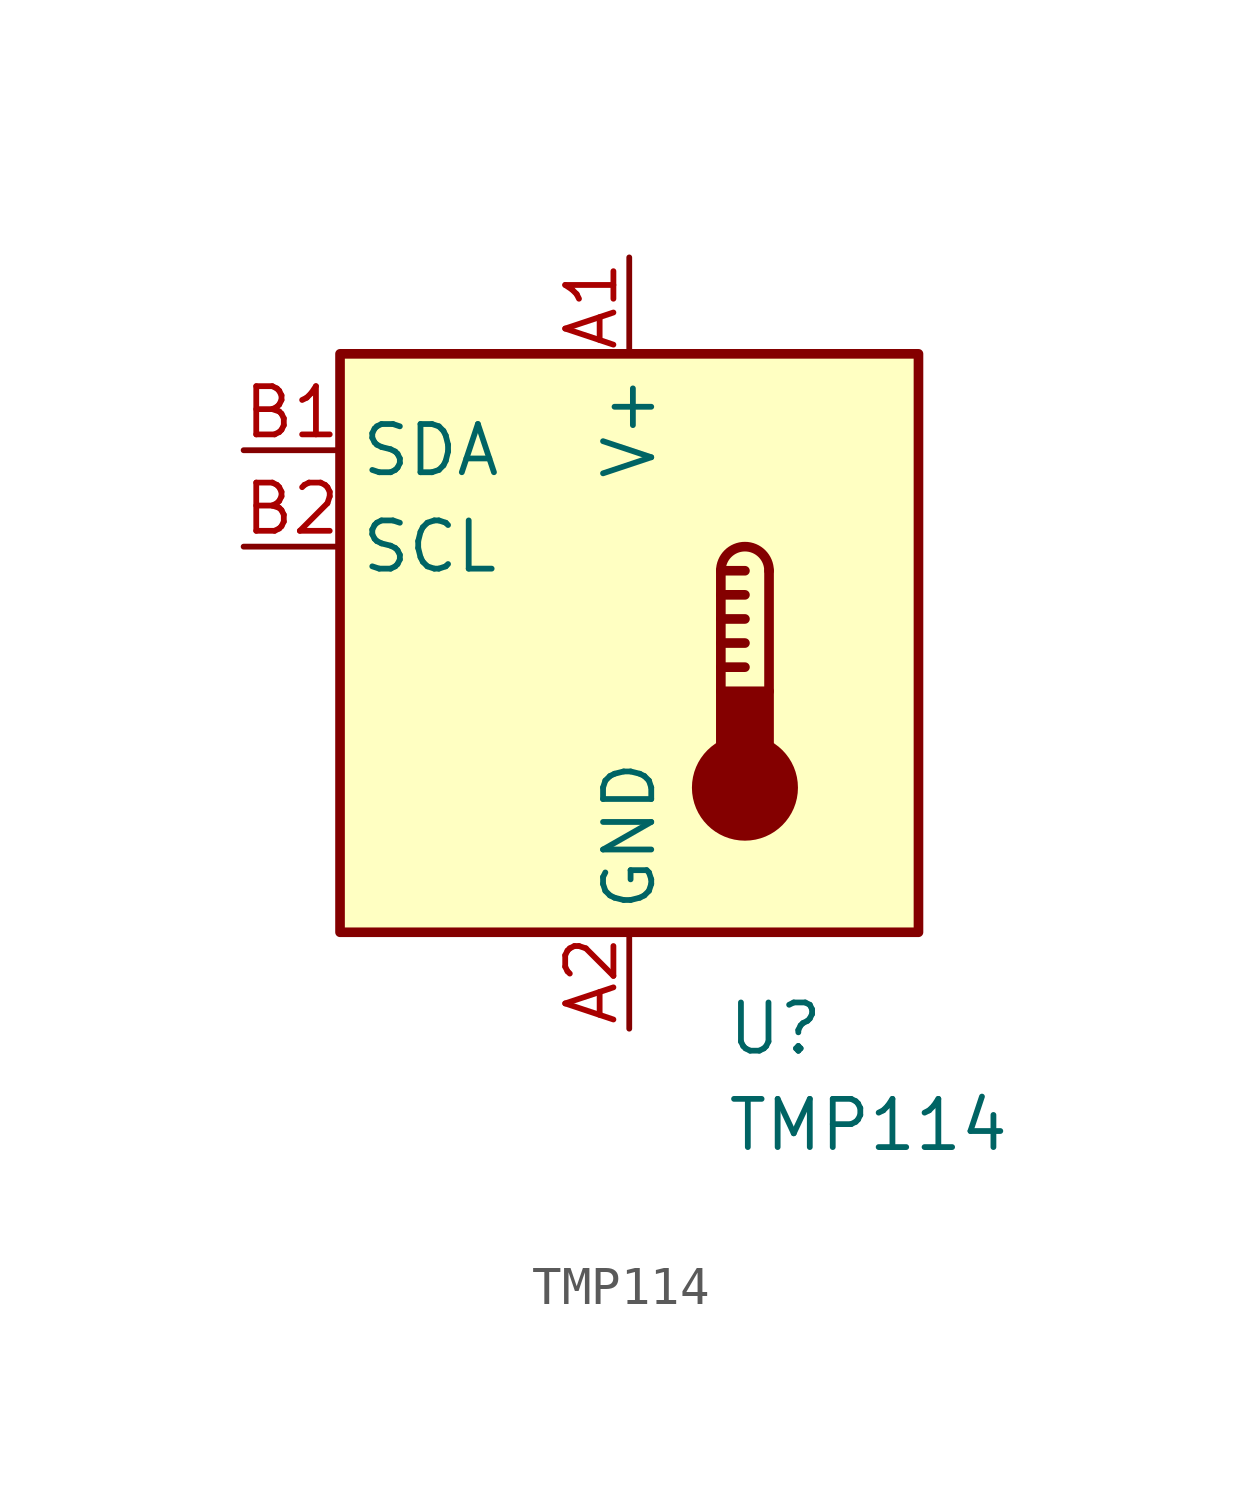
<source format=kicad_sym>
(kicad_symbol_lib
  (version 20231120)
  (generator "kicad_symbol_editor")
  (generator_version "8.0")
  (symbol "TMP114"
    (property "Reference" "U"
      (at 2.54 -10.16 0)
      (effects (font (size 1.27 1.27)) (justify left)))
    (property "Value" "TMP114"
      (at 2.54 -12.7 0)
      (effects (font (size 1.27 1.27)) (justify left)))
    (symbol "TMP114_0_1"
      (rectangle (start -7.62 7.62) (end 7.62 -7.62) (stroke (width 0.254) (type default)) (fill (type background))))
    (symbol "TMP114_1_1"
      (polyline (pts (xy 2.413 -0.635) (xy 3.048 -0.635)) (stroke (width 0.254) (type default)) (fill (type none)))
      (polyline (pts (xy 2.413 0) (xy 3.048 0)) (stroke (width 0.254) (type default)) (fill (type none)))
      (polyline (pts (xy 2.413 0.635) (xy 3.048 0.635)) (stroke (width 0.254) (type default)) (fill (type none)))
      (polyline (pts (xy 2.413 1.27) (xy 3.048 1.27)) (stroke (width 0.254) (type default)) (fill (type none)))
      (polyline (pts (xy 2.413 1.905) (xy 2.413 -1.27)) (stroke (width 0.254) (type default)) (fill (type none)))
      (polyline (pts (xy 2.413 1.905) (xy 3.048 1.905)) (stroke (width 0.254) (type default)) (fill (type none)))
      (polyline (pts (xy 3.683 1.905) (xy 3.683 -1.27)) (stroke (width 0.254) (type default)) (fill (type none)))
      (circle (center 3.048 -3.81) (radius 1.27) (stroke (width 0.254) (type default)) (fill (type outline)))
      (rectangle (start 3.683 -3.175) (end 2.413 -1.27) (stroke (width 0.254) (type default)) (fill (type outline)))
      (arc (start 3.683 1.905) (mid 3.048 2.5373) (end 2.413 1.905) (stroke (width 0.254) (type default)) (fill (type none)))
      (pin power_in line (at 0 10.16 270) (length 2.54) (name "V+" (effects (font (size 1.27 1.27)))) (number "A1" (effects (font (size 1.27 1.27)))))
      (pin power_in line (at 0 -10.16 90) (length 2.54) (name "GND" (effects (font (size 1.27 1.27)))) (number "A2" (effects (font (size 1.27 1.27)))))
      (pin bidirectional line (at -10.16 5.08 0) (length 2.54) (name "SDA" (effects (font (size 1.27 1.27)))) (number "B1" (effects (font (size 1.27 1.27)))))
      (pin input line (at -10.16 2.54 0) (length 2.54) (name "SCL" (effects (font (size 1.27 1.27)))) (number "B2" (effects (font (size 1.27 1.27))))))))
</source>
